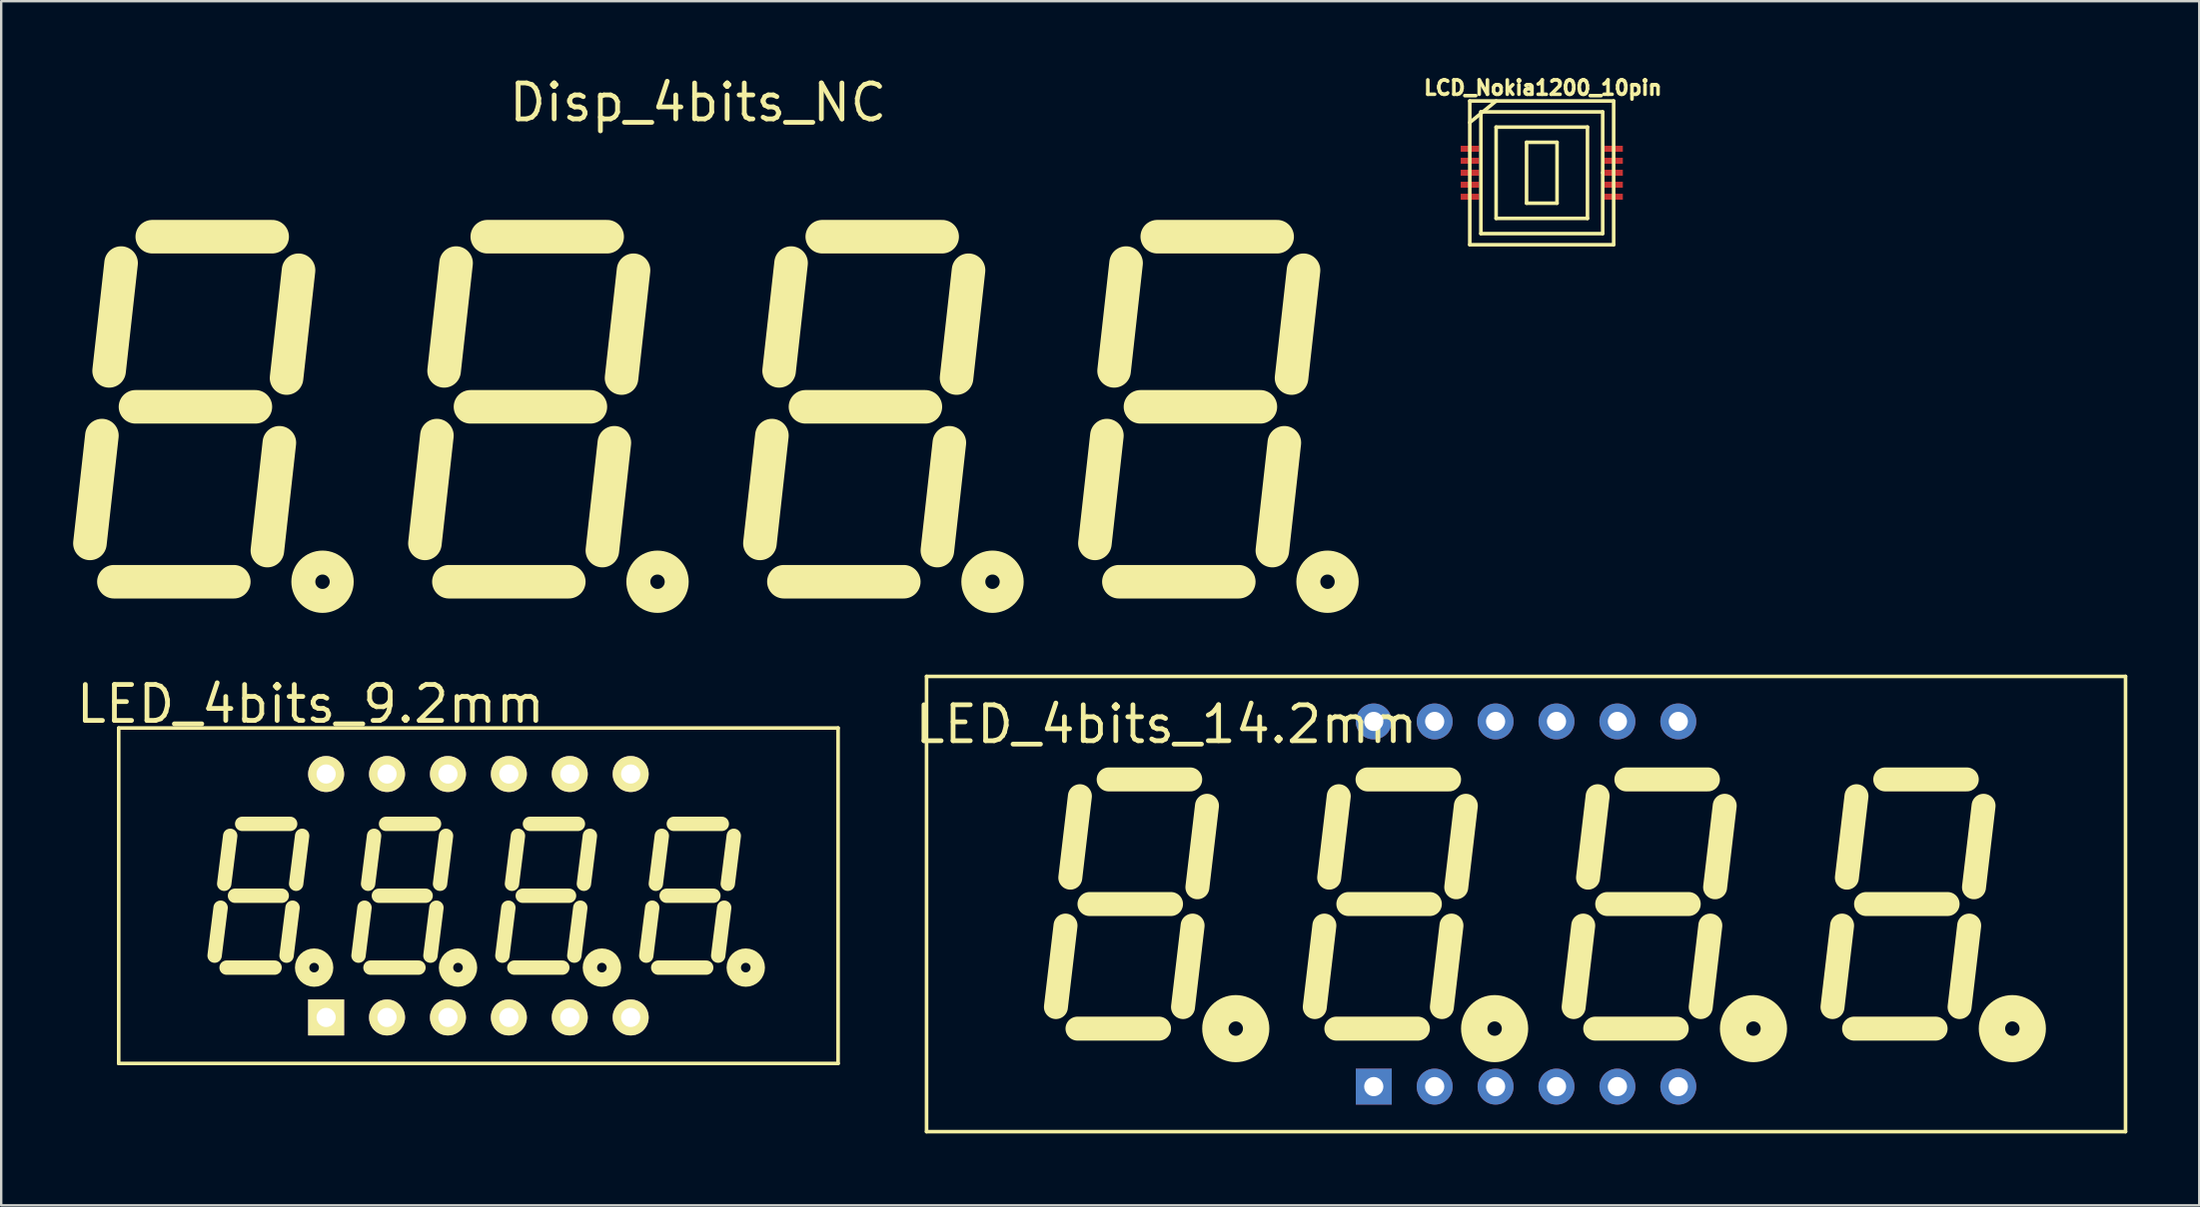
<source format=kicad_pcb>
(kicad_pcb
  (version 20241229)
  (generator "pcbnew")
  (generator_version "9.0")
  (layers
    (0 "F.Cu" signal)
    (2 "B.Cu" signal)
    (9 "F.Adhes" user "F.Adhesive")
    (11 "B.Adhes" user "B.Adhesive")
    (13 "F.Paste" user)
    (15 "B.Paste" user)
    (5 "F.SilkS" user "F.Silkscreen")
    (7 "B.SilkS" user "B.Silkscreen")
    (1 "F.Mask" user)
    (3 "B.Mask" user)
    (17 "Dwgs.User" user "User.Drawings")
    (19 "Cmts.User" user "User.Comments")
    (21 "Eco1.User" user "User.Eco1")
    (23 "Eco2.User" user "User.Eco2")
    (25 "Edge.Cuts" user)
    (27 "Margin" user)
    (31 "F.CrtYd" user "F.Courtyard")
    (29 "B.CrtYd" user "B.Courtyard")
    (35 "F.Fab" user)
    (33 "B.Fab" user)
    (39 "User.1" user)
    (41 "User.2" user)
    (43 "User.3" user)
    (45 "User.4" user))
  (footprint "Disp_4bits_NC"
    (layer "F.Cu")
    (at 26.06 13.928)
    (property "Reference" "Disp_4bits_NC" (at 0 -12.7 0) (layer "F.SilkS") (effects (font (size 1.5 1.5) (thickness 0.2))))
    (attr through_hole)
    (fp_line (start -25.36 5.7) (end -24.86 1.2) (stroke (width 1.4) (type solid)) (layer "F.SilkS"))
    (fp_line (start -24.56 -1.5) (end -24.06 -6) (stroke (width 1.4) (type solid)) (layer "F.SilkS"))
    (fp_line (start -19.36 7.3) (end -24.36 7.3) (stroke (width 1.4) (type solid)) (layer "F.SilkS"))
    (fp_line (start -18.46 0) (end -23.46 0) (stroke (width 1.4) (type solid)) (layer "F.SilkS"))
    (fp_line (start -17.96 6) (end -17.46 1.5) (stroke (width 1.4) (type solid)) (layer "F.SilkS"))
    (fp_line (start -17.76 -7.1) (end -22.76 -7.1) (stroke (width 1.4) (type solid)) (layer "F.SilkS"))
    (fp_line (start -17.16 -1.2) (end -16.66 -5.7) (stroke (width 1.4) (type solid)) (layer "F.SilkS"))
    (fp_line (start -11.39 5.7) (end -10.89 1.2) (stroke (width 1.4) (type solid)) (layer "F.SilkS"))
    (fp_line (start -10.59 -1.5) (end -10.09 -6) (stroke (width 1.4) (type solid)) (layer "F.SilkS"))
    (fp_line (start -5.39 7.3) (end -10.39 7.3) (stroke (width 1.4) (type solid)) (layer "F.SilkS"))
    (fp_line (start -4.49 0) (end -9.49 0) (stroke (width 1.4) (type solid)) (layer "F.SilkS"))
    (fp_line (start -3.99 6) (end -3.49 1.5) (stroke (width 1.4) (type solid)) (layer "F.SilkS"))
    (fp_line (start -3.79 -7.1) (end -8.79 -7.1) (stroke (width 1.4) (type solid)) (layer "F.SilkS"))
    (fp_line (start -3.19 -1.2) (end -2.69 -5.7) (stroke (width 1.4) (type solid)) (layer "F.SilkS"))
    (fp_line (start 2.58 5.7) (end 3.08 1.2) (stroke (width 1.4) (type solid)) (layer "F.SilkS"))
    (fp_line (start 3.38 -1.5) (end 3.88 -6) (stroke (width 1.4) (type solid)) (layer "F.SilkS"))
    (fp_line (start 8.58 7.3) (end 3.58 7.3) (stroke (width 1.4) (type solid)) (layer "F.SilkS"))
    (fp_line (start 9.48 0) (end 4.48 0) (stroke (width 1.4) (type solid)) (layer "F.SilkS"))
    (fp_line (start 9.98 6) (end 10.48 1.5) (stroke (width 1.4) (type solid)) (layer "F.SilkS"))
    (fp_line (start 10.18 -7.1) (end 5.18 -7.1) (stroke (width 1.4) (type solid)) (layer "F.SilkS"))
    (fp_line (start 10.78 -1.2) (end 11.28 -5.7) (stroke (width 1.4) (type solid)) (layer "F.SilkS"))
    (fp_line (start 16.55 5.7) (end 17.05 1.2) (stroke (width 1.4) (type solid)) (layer "F.SilkS"))
    (fp_line (start 17.35 -1.5) (end 17.85 -6) (stroke (width 1.4) (type solid)) (layer "F.SilkS"))
    (fp_line (start 22.55 7.3) (end 17.55 7.3) (stroke (width 1.4) (type solid)) (layer "F.SilkS"))
    (fp_line (start 23.45 0) (end 18.45 0) (stroke (width 1.4) (type solid)) (layer "F.SilkS"))
    (fp_line (start 23.95 6) (end 24.45 1.5) (stroke (width 1.4) (type solid)) (layer "F.SilkS"))
    (fp_line (start 24.15 -7.1) (end 19.15 -7.1) (stroke (width 1.4) (type solid)) (layer "F.SilkS"))
    (fp_line (start 24.75 -1.2) (end 25.25 -5.7) (stroke (width 1.4) (type solid)) (layer "F.SilkS"))
    (fp_circle (center -15.66 7.3) (end -15.36 7.3) (stroke (width 1) (type solid)) (fill no) (layer "F.SilkS"))
    (fp_circle (center -15.66 7.3) (end -14.86 7.3) (stroke (width 0.15) (type solid)) (fill no) (layer "F.SilkS"))
    (fp_circle (center -1.69 7.3) (end -1.39 7.3) (stroke (width 1) (type solid)) (fill no) (layer "F.SilkS"))
    (fp_circle (center -1.69 7.3) (end -0.89 7.3) (stroke (width 0.15) (type solid)) (fill no) (layer "F.SilkS"))
    (fp_circle (center 12.28 7.3) (end 12.58 7.3) (stroke (width 1) (type solid)) (fill no) (layer "F.SilkS"))
    (fp_circle (center 12.28 7.3) (end 13.08 7.3) (stroke (width 0.15) (type solid)) (fill no) (layer "F.SilkS"))
    (fp_circle (center 26.25 7.3) (end 26.55 7.3) (stroke (width 1) (type solid)) (fill no) (layer "F.SilkS"))
    (fp_circle (center 26.25 7.3) (end 27.05 7.3) (stroke (width 0.15) (type solid)) (fill no) (layer "F.SilkS")))
  (footprint "LED_4bits_9.2mm"
    (layer "F.Cu")
    (at 16.9 34.332)
    (property "Reference" "LED_4bits_9.2mm" (at -7 -8 0) (layer "F.SilkS") (effects (font (size 1.5 1.5) (thickness 0.2))))
    (attr smd)
    (fp_line (start -15 -7) (end 15 -7) (stroke (width 0.15) (type solid)) (layer "F.SilkS"))
    (fp_line (start -15 7) (end -15 -7) (stroke (width 0.15) (type solid)) (layer "F.SilkS"))
    (fp_line (start -11 2.5) (end -10.75 0.5) (stroke (width 0.6) (type solid)) (layer "F.SilkS"))
    (fp_line (start -10.6 -0.5) (end -10.35 -2.5) (stroke (width 0.6) (type solid)) (layer "F.SilkS"))
    (fp_line (start -10.5 3) (end -8.5 3) (stroke (width 0.6) (type solid)) (layer "F.SilkS"))
    (fp_line (start -10.15 0) (end -8.2 0) (stroke (width 0.6) (type solid)) (layer "F.SilkS"))
    (fp_line (start -9.85 -3) (end -7.85 -3) (stroke (width 0.6) (type solid)) (layer "F.SilkS"))
    (fp_line (start -8 2.5) (end -7.75 0.5) (stroke (width 0.6) (type solid)) (layer "F.SilkS"))
    (fp_line (start -7.6 -0.5) (end -7.35 -2.5) (stroke (width 0.6) (type solid)) (layer "F.SilkS"))
    (fp_line (start -5 2.5) (end -4.75 0.5) (stroke (width 0.6) (type solid)) (layer "F.SilkS"))
    (fp_line (start -4.6 -0.5) (end -4.35 -2.5) (stroke (width 0.6) (type solid)) (layer "F.SilkS"))
    (fp_line (start -4.5 3) (end -2.5 3) (stroke (width 0.6) (type solid)) (layer "F.SilkS"))
    (fp_line (start -4.15 0) (end -2.2 0) (stroke (width 0.6) (type solid)) (layer "F.SilkS"))
    (fp_line (start -3.85 -3) (end -1.85 -3) (stroke (width 0.6) (type solid)) (layer "F.SilkS"))
    (fp_line (start -2 2.5) (end -1.75 0.5) (stroke (width 0.6) (type solid)) (layer "F.SilkS"))
    (fp_line (start -1.6 -0.5) (end -1.35 -2.5) (stroke (width 0.6) (type solid)) (layer "F.SilkS"))
    (fp_line (start 1 2.5) (end 1.25 0.5) (stroke (width 0.6) (type solid)) (layer "F.SilkS"))
    (fp_line (start 1.4 -0.5) (end 1.65 -2.5) (stroke (width 0.6) (type solid)) (layer "F.SilkS"))
    (fp_line (start 1.5 3) (end 3.5 3) (stroke (width 0.6) (type solid)) (layer "F.SilkS"))
    (fp_line (start 1.85 0) (end 3.78 0) (stroke (width 0.6) (type solid)) (layer "F.SilkS"))
    (fp_line (start 2.15 -3) (end 4.15 -3) (stroke (width 0.6) (type solid)) (layer "F.SilkS"))
    (fp_line (start 4 2.5) (end 4.25 0.5) (stroke (width 0.6) (type solid)) (layer "F.SilkS"))
    (fp_line (start 4.4 -0.5) (end 4.65 -2.5) (stroke (width 0.6) (type solid)) (layer "F.SilkS"))
    (fp_line (start 7 2.5) (end 7.25 0.5) (stroke (width 0.6) (type solid)) (layer "F.SilkS"))
    (fp_line (start 7.4 -0.5) (end 7.65 -2.5) (stroke (width 0.6) (type solid)) (layer "F.SilkS"))
    (fp_line (start 7.5 3) (end 9.5 3) (stroke (width 0.6) (type solid)) (layer "F.SilkS"))
    (fp_line (start 7.85 0) (end 9.8 0) (stroke (width 0.6) (type solid)) (layer "F.SilkS"))
    (fp_line (start 8.15 -3) (end 10.15 -3) (stroke (width 0.6) (type solid)) (layer "F.SilkS"))
    (fp_line (start 10 2.5) (end 10.25 0.5) (stroke (width 0.6) (type solid)) (layer "F.SilkS"))
    (fp_line (start 10.4 -0.5) (end 10.65 -2.5) (stroke (width 0.6) (type solid)) (layer "F.SilkS"))
    (fp_line (start 15 7) (end -15 7) (stroke (width 0.15) (type solid)) (layer "F.SilkS"))
    (fp_line (start 15 7) (end 15 -7) (stroke (width 0.15) (type solid)) (layer "F.SilkS"))
    (fp_circle (center -6.85 3) (end -6.65 3) (stroke (width 0.6) (type solid)) (fill no) (layer "F.SilkS"))
    (fp_circle (center -0.85 3) (end -0.65 3) (stroke (width 0.6) (type solid)) (fill no) (layer "F.SilkS"))
    (fp_circle (center 5.15 3) (end 5.35 3) (stroke (width 0.6) (type solid)) (fill no) (layer "F.SilkS"))
    (fp_circle (center 11.15 3) (end 11.35 3) (stroke (width 0.6) (type solid)) (fill no) (layer "F.SilkS"))
    (pad "1" thru_hole rect (at -6.35 5.08) (size 1.5 1.5) (drill 0.8) (layers "*.Cu" "*.Mask" "F.SilkS"))
    (pad "2" thru_hole circle (at -3.81 5.08) (size 1.5 1.5) (drill 0.8) (layers "*.Cu" "*.Mask" "F.SilkS"))
    (pad "3" thru_hole circle (at -1.27 5.08) (size 1.5 1.5) (drill 0.8) (layers "*.Cu" "*.Mask" "F.SilkS"))
    (pad "4" thru_hole circle (at 1.27 5.08) (size 1.5 1.5) (drill 0.8) (layers "*.Cu" "*.Mask" "F.SilkS"))
    (pad "5" thru_hole circle (at 3.81 5.08) (size 1.5 1.5) (drill 0.8) (layers "*.Cu" "*.Mask" "F.SilkS"))
    (pad "6" thru_hole circle (at 6.35 5.08) (size 1.5 1.5) (drill 0.8) (layers "*.Cu" "*.Mask" "F.SilkS"))
    (pad "7" thru_hole circle (at 6.35 -5.08) (size 1.5 1.5) (drill 0.8) (layers "*.Cu" "*.Mask" "F.SilkS"))
    (pad "8" thru_hole circle (at 3.81 -5.08) (size 1.5 1.5) (drill 0.8) (layers "*.Cu" "*.Mask" "F.SilkS"))
    (pad "9" thru_hole circle (at 1.27 -5.08) (size 1.5 1.5) (drill 0.8) (layers "*.Cu" "*.Mask" "F.SilkS"))
    (pad "10" thru_hole circle (at -1.27 -5.08) (size 1.5 1.5) (drill 0.8) (layers "*.Cu" "*.Mask" "F.SilkS"))
    (pad "11" thru_hole circle (at -3.81 -5.08) (size 1.5 1.5) (drill 0.8) (layers "*.Cu" "*.Mask" "F.SilkS"))
    (pad "12" thru_hole circle (at -6.35 -5.08) (size 1.5 1.5) (drill 0.8) (layers "*.Cu" "*.Mask" "F.SilkS")))
  (footprint "LED_4bits_14.2mm"
    (layer "F.Cu")
    (at 60.589 34.678)
    (property "Reference" "LED_4bits_14.2mm" (at -15 -7.5 0) (layer "F.SilkS") (effects (font (size 1.5 1.5) (thickness 0.2))))
    (attr through_hole)
    (fp_line (start -25 -9.5) (end 25 -9.5) (stroke (width 0.15) (type solid)) (layer "F.SilkS"))
    (fp_line (start -25 9.5) (end -25 -9.5) (stroke (width 0.15) (type solid)) (layer "F.SilkS"))
    (fp_line (start -19.605 4.3) (end -19.205 0.9) (stroke (width 1) (type solid)) (layer "F.SilkS"))
    (fp_line (start -19.005 -1.1) (end -18.605 -4.5) (stroke (width 1) (type solid)) (layer "F.SilkS"))
    (fp_line (start -18.705 5.2) (end -15.305 5.2) (stroke (width 1) (type solid)) (layer "F.SilkS"))
    (fp_line (start -18.205 0) (end -14.805 0) (stroke (width 1) (type solid)) (layer "F.SilkS"))
    (fp_line (start -17.405 -5.2) (end -14.005 -5.2) (stroke (width 1) (type solid)) (layer "F.SilkS"))
    (fp_line (start -14.305 4.3) (end -13.905 0.9) (stroke (width 1) (type solid)) (layer "F.SilkS"))
    (fp_line (start -13.705 -0.7) (end -13.305 -4.1) (stroke (width 1) (type solid)) (layer "F.SilkS"))
    (fp_line (start -8.81 4.3) (end -8.41 0.9) (stroke (width 1) (type solid)) (layer "F.SilkS"))
    (fp_line (start -8.21 -1.1) (end -7.81 -4.5) (stroke (width 1) (type solid)) (layer "F.SilkS"))
    (fp_line (start -7.91 5.2) (end -4.51 5.2) (stroke (width 1) (type solid)) (layer "F.SilkS"))
    (fp_line (start -7.41 0) (end -4.01 0) (stroke (width 1) (type solid)) (layer "F.SilkS"))
    (fp_line (start -6.61 -5.2) (end -3.21 -5.2) (stroke (width 1) (type solid)) (layer "F.SilkS"))
    (fp_line (start -3.51 4.3) (end -3.11 0.9) (stroke (width 1) (type solid)) (layer "F.SilkS"))
    (fp_line (start -2.91 -0.7) (end -2.51 -4.1) (stroke (width 1) (type solid)) (layer "F.SilkS"))
    (fp_line (start 1.985 4.3) (end 2.385 0.9) (stroke (width 1) (type solid)) (layer "F.SilkS"))
    (fp_line (start 2.585 -1.1) (end 2.985 -4.5) (stroke (width 1) (type solid)) (layer "F.SilkS"))
    (fp_line (start 2.885 5.2) (end 6.285 5.2) (stroke (width 1) (type solid)) (layer "F.SilkS"))
    (fp_line (start 3.385 0) (end 6.785 0) (stroke (width 1) (type solid)) (layer "F.SilkS"))
    (fp_line (start 4.185 -5.2) (end 7.585 -5.2) (stroke (width 1) (type solid)) (layer "F.SilkS"))
    (fp_line (start 7.285 4.3) (end 7.685 0.9) (stroke (width 1) (type solid)) (layer "F.SilkS"))
    (fp_line (start 7.885 -0.7) (end 8.285 -4.1) (stroke (width 1) (type solid)) (layer "F.SilkS"))
    (fp_line (start 12.78 4.3) (end 13.18 0.9) (stroke (width 1) (type solid)) (layer "F.SilkS"))
    (fp_line (start 13.38 -1.1) (end 13.78 -4.5) (stroke (width 1) (type solid)) (layer "F.SilkS"))
    (fp_line (start 13.68 5.2) (end 17.08 5.2) (stroke (width 1) (type solid)) (layer "F.SilkS"))
    (fp_line (start 14.18 0) (end 17.58 0) (stroke (width 1) (type solid)) (layer "F.SilkS"))
    (fp_line (start 14.98 -5.2) (end 18.38 -5.2) (stroke (width 1) (type solid)) (layer "F.SilkS"))
    (fp_line (start 18.08 4.3) (end 18.48 0.9) (stroke (width 1) (type solid)) (layer "F.SilkS"))
    (fp_line (start 18.68 -0.7) (end 19.08 -4.1) (stroke (width 1) (type solid)) (layer "F.SilkS"))
    (fp_line (start 25 -9.5) (end 25 9.5) (stroke (width 0.15) (type solid)) (layer "F.SilkS"))
    (fp_line (start 25 9.5) (end -25 9.5) (stroke (width 0.15) (type solid)) (layer "F.SilkS"))
    (fp_circle (center -12.105 5.2) (end -11.805 5.2) (stroke (width 1.1) (type solid)) (fill no) (layer "F.SilkS"))
    (fp_circle (center -1.31 5.2) (end -1.01 5.2) (stroke (width 1.1) (type solid)) (fill no) (layer "F.SilkS"))
    (fp_circle (center 9.485 5.2) (end 9.785 5.2) (stroke (width 1.1) (type solid)) (fill no) (layer "F.SilkS"))
    (fp_circle (center 20.28 5.2) (end 20.58 5.2) (stroke (width 1.1) (type solid)) (fill no) (layer "F.SilkS"))
    (pad "1" thru_hole rect (at -6.35 7.62) (size 1.5 1.5) (drill 0.8) (layers "*.Cu" "*.Mask"))
    (pad "2" thru_hole circle (at -3.81 7.62) (size 1.5 1.5) (drill 0.8) (layers "*.Cu" "*.Mask"))
    (pad "3" thru_hole circle (at -1.27 7.62) (size 1.5 1.5) (drill 0.8) (layers "*.Cu" "*.Mask"))
    (pad "4" thru_hole circle (at 1.27 7.62) (size 1.5 1.5) (drill 0.8) (layers "*.Cu" "*.Mask"))
    (pad "5" thru_hole circle (at 3.81 7.62) (size 1.5 1.5) (drill 0.8) (layers "*.Cu" "*.Mask"))
    (pad "6" thru_hole circle (at 6.35 7.62) (size 1.5 1.5) (drill 0.8) (layers "*.Cu" "*.Mask"))
    (pad "7" thru_hole circle (at 6.35 -7.62) (size 1.5 1.5) (drill 0.8) (layers "*.Cu" "*.Mask"))
    (pad "8" thru_hole circle (at 3.81 -7.62) (size 1.5 1.5) (drill 0.8) (layers "*.Cu" "*.Mask"))
    (pad "9" thru_hole circle (at 1.27 -7.62) (size 1.5 1.5) (drill 0.8) (layers "*.Cu" "*.Mask"))
    (pad "10" thru_hole circle (at -1.27 -7.62) (size 1.5 1.5) (drill 0.8) (layers "*.Cu" "*.Mask"))
    (pad "11" thru_hole circle (at -3.81 -7.62) (size 1.5 1.5) (drill 0.8) (layers "*.Cu" "*.Mask"))
    (pad "12" thru_hole circle (at -6.35 -7.62) (size 1.5 1.5) (drill 0.8) (layers "*.Cu" "*.Mask")))
  (footprint "LCD_Nokia1200_10pin"
    (layer "F.Cu")
    (at 61.243 4.164)
    (property "Reference" "LCD_Nokia1200_10pin" (at 0.05 -3.55 0) (layer "F.SilkS") (effects (font (size 0.6 0.6) (thickness 0.15))))
    (attr through_hole)
    (fp_line (start -3 3) (end -3 -3) (stroke (width 0.15) (type solid)) (layer "F.SilkS"))
    (fp_line (start -3 3) (end 3 3) (stroke (width 0.15) (type solid)) (layer "F.SilkS"))
    (fp_line (start -2.537 -2.545) (end 2.543 -2.545) (stroke (width 0.15) (type solid)) (layer "F.SilkS"))
    (fp_line (start -2.537 2.535) (end -2.537 -2.545) (stroke (width 0.15) (type solid)) (layer "F.SilkS"))
    (fp_line (start -1.902 -1.91) (end 1.908 -1.91) (stroke (width 0.15) (type solid)) (layer "F.SilkS"))
    (fp_line (start -1.902 1.9) (end -1.902 -1.91) (stroke (width 0.15) (type solid)) (layer "F.SilkS"))
    (fp_line (start -1.9 -3) (end -3 -2.101) (stroke (width 0.15) (type solid)) (layer "F.SilkS"))
    (fp_line (start -0.632 -1.275) (end 0.638 -1.275) (stroke (width 0.15) (type solid)) (layer "F.SilkS"))
    (fp_line (start -0.632 1.265) (end -0.632 -1.275) (stroke (width 0.15) (type solid)) (layer "F.SilkS"))
    (fp_line (start 0.638 -1.275) (end 0.638 1.265) (stroke (width 0.15) (type solid)) (layer "F.SilkS"))
    (fp_line (start 0.638 1.265) (end -0.632 1.265) (stroke (width 0.15) (type solid)) (layer "F.SilkS"))
    (fp_line (start 1.908 -1.91) (end 1.908 1.9) (stroke (width 0.15) (type solid)) (layer "F.SilkS"))
    (fp_line (start 1.908 1.9) (end -1.902 1.9) (stroke (width 0.15) (type solid)) (layer "F.SilkS"))
    (fp_line (start 2.543 -2.545) (end 2.543 -0.005) (stroke (width 0.15) (type solid)) (layer "F.SilkS"))
    (fp_line (start 2.543 -0.005) (end 2.543 2.535) (stroke (width 0.15) (type solid)) (layer "F.SilkS"))
    (fp_line (start 2.543 2.535) (end -2.537 2.535) (stroke (width 0.15) (type solid)) (layer "F.SilkS"))
    (fp_line (start 3 -3) (end -3 -3) (stroke (width 0.15) (type solid)) (layer "F.SilkS"))
    (fp_line (start 3 -3) (end 3 3) (stroke (width 0.15) (type solid)) (layer "F.SilkS"))
    (pad "1" smd rect (at -2.997 -1.006 270) (size 0.249 0.762) (layers "F.Cu" "F.Mask" "F.Paste"))
    (pad "2" smd rect (at -2.997 -0.505 270) (size 0.249 0.762) (layers "F.Cu" "F.Mask" "F.Paste"))
    (pad "3" smd rect (at -2.997 -0.005 270) (size 0.249 0.762) (layers "F.Cu" "F.Mask" "F.Paste"))
    (pad "4" smd rect (at -2.997 0.495 270) (size 0.249 0.762) (layers "F.Cu" "F.Mask" "F.Paste"))
    (pad "5" smd rect (at -2.997 0.996 270) (size 0.249 0.762) (layers "F.Cu" "F.Mask" "F.Paste"))
    (pad "6" smd rect (at 3.002 0.996 270) (size 0.249 0.762) (layers "F.Cu" "F.Mask" "F.Paste"))
    (pad "7" smd rect (at 3.002 0.495 270) (size 0.249 0.762) (layers "F.Cu" "F.Mask" "F.Paste"))
    (pad "8" smd rect (at 3.002 -0.005 270) (size 0.249 0.762) (layers "F.Cu" "F.Mask" "F.Paste"))
    (pad "9" smd rect (at 3.002 -0.505 270) (size 0.249 0.762) (layers "F.Cu" "F.Mask" "F.Paste"))
    (pad "10" smd rect (at 3.002 -1.006 270) (size 0.249 0.762) (layers "F.Cu" "F.Mask" "F.Paste")))
  (gr_rect
    (start -3 -3)
    (end 88.664 47.254)
    (stroke (width 0.1) (type default))
    (fill no)
    (layer "Edge.Cuts")))
</source>
